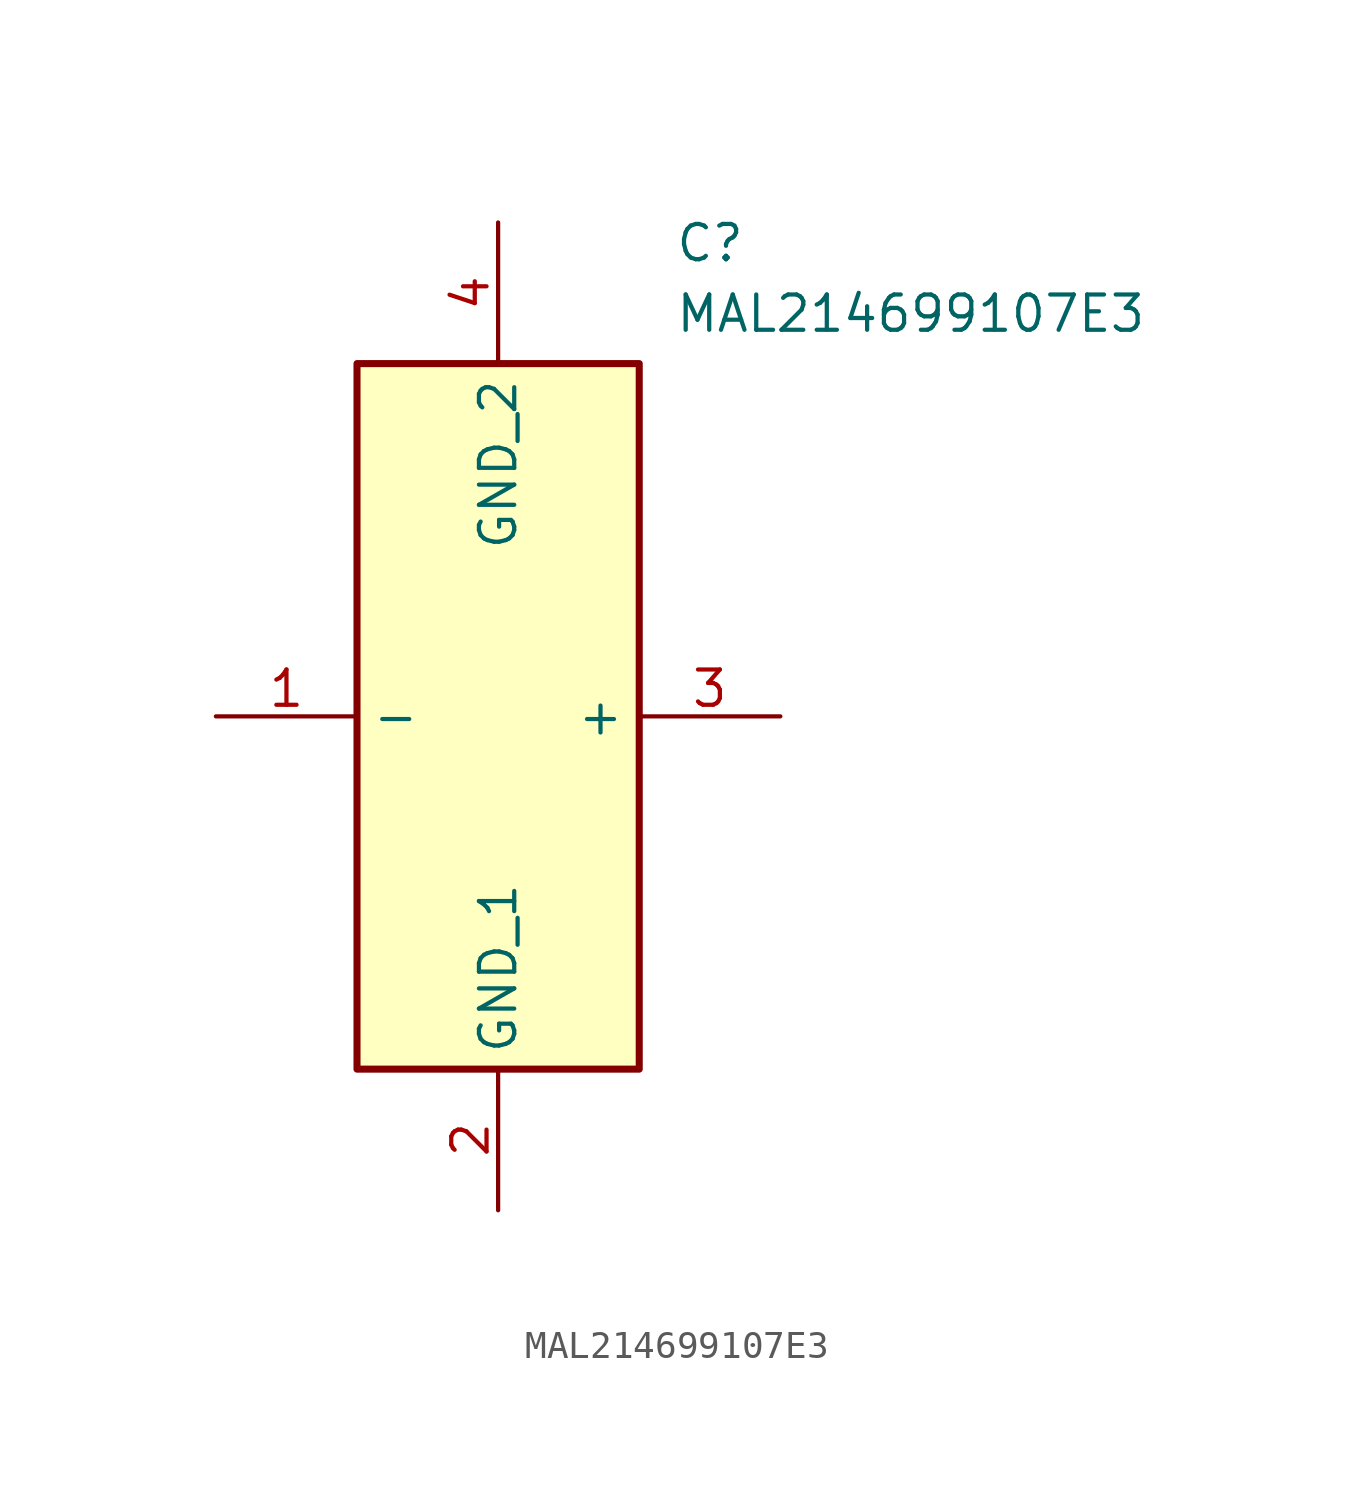
<source format=kicad_sym>
(kicad_symbol_lib
  (version 20211014)
  (generator SamacSys_ECAD_Model)
  (symbol "MAL214699107E3"
    (property "Reference" "C"
      (at 16.51 17.78 0)
      (effects (font (size 1.27 1.27)) (justify left top)))
    (property "Value" "MAL214699107E3"
      (at 16.51 15.24 0)
      (effects (font (size 1.27 1.27)) (justify left top)))
    (rectangle
      (start 5.08 12.7)
      (end 15.24 -12.7)
      (stroke (width 0.254) (type default))
      (fill (type background)))
    (pin passive line
      (at 0 0 0)
      (length 5.08)
      (name "-" (effects (font (size 1.27 1.27))))
      (number "1" (effects (font (size 1.27 1.27)))))
    (pin passive line
      (at 10.16 -17.78 90)
      (length 5.08)
      (name "GND_1" (effects (font (size 1.27 1.27))))
      (number "2" (effects (font (size 1.27 1.27)))))
    (pin passive line
      (at 20.32 0 180)
      (length 5.08)
      (name "+" (effects (font (size 1.27 1.27))))
      (number "3" (effects (font (size 1.27 1.27)))))
    (pin passive line
      (at 10.16 17.78 270)
      (length 5.08)
      (name "GND_2" (effects (font (size 1.27 1.27))))
      (number "4" (effects (font (size 1.27 1.27)))))))
</source>
